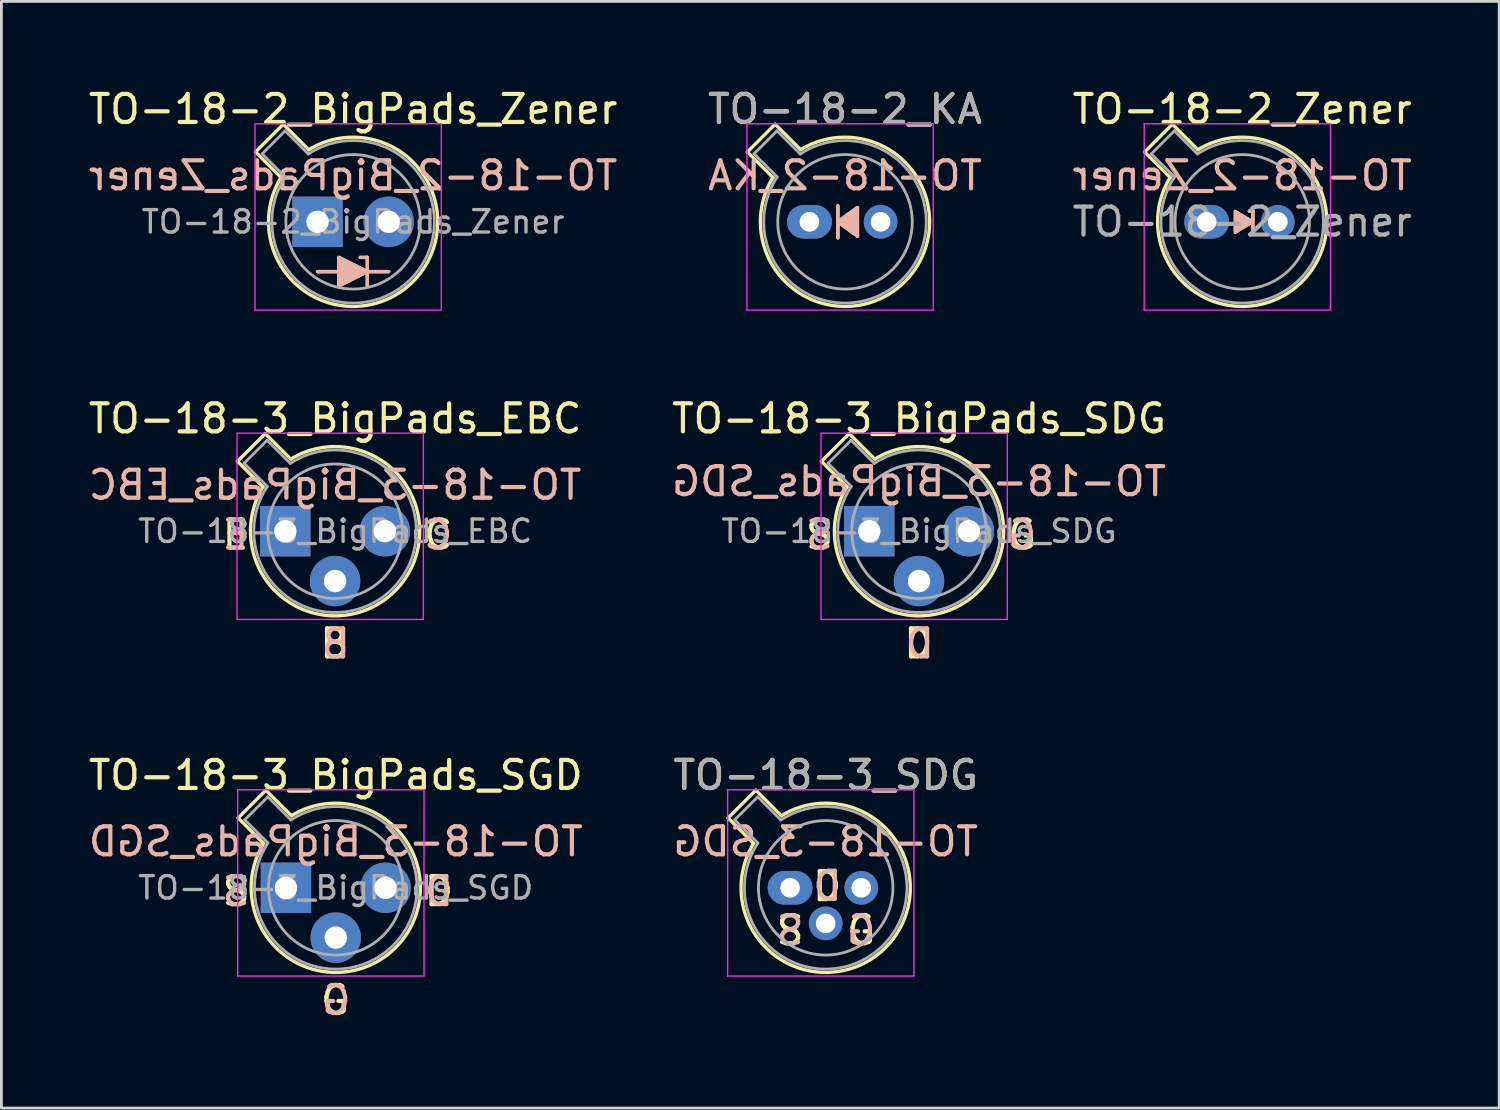
<source format=kicad_pcb>
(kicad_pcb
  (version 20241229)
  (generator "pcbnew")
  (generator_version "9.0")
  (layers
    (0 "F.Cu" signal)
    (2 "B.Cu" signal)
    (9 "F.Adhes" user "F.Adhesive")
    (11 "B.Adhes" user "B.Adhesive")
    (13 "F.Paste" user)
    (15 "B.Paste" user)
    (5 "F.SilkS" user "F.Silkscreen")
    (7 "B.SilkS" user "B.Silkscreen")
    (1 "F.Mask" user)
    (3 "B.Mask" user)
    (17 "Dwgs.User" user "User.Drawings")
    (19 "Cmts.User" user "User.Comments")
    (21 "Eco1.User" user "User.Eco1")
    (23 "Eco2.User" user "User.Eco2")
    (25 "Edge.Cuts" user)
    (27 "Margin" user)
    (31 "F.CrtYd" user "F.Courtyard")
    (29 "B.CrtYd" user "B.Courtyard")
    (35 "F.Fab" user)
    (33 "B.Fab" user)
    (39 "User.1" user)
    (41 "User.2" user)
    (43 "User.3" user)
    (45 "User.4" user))
  (footprint "TO-18-3_BigPads_SGD"
    (layer "F.Cu")
    (at 7.157 28.641)
    (property "Reference" "TO-18-3_BigPads_SGD" (at 1.778 -4.02 0) (layer "F.SilkS") (effects (font (size 1 1) (thickness 0.15))))
    (attr through_hole)
    (fp_line (start -1.706 -2.494) (end -0.794 -1.582) (stroke (width 0.12) (type solid)) (layer "F.SilkS"))
    (fp_line (start -0.716 -3.484) (end -1.706 -2.494) (stroke (width 0.12) (type solid)) (layer "F.SilkS"))
    (fp_line (start 0.196 -2.572) (end -0.716 -3.484) (stroke (width 0.12) (type solid)) (layer "F.SilkS"))
    (fp_arc (start 0.195669 -2.572281) (mid 3.913374 2.135551) (end -0.79415 -1.582544) (stroke (width 0.12) (type solid)) (layer "F.SilkS"))
    (fp_line (start -1.722 -3.5) (end -1.722 3.15) (stroke (width 0.05) (type solid)) (layer "F.CrtYd"))
    (fp_line (start -1.722 3.15) (end 4.928 3.15) (stroke (width 0.05) (type solid)) (layer "F.CrtYd"))
    (fp_line (start 4.928 -3.5) (end -1.722 -3.5) (stroke (width 0.05) (type solid)) (layer "F.CrtYd"))
    (fp_line (start 4.928 3.15) (end 4.928 -3.5) (stroke (width 0.05) (type solid)) (layer "F.CrtYd"))
    (fp_line (start -1.469 -2.426) (end -0.641 -1.599) (stroke (width 0.1) (type solid)) (layer "F.Fab"))
    (fp_line (start -0.648 -3.247) (end -1.469 -2.426) (stroke (width 0.1) (type solid)) (layer "F.Fab"))
    (fp_line (start 0.179 -2.419) (end -0.648 -3.247) (stroke (width 0.1) (type solid)) (layer "F.Fab"))
    (fp_arc (start 0.178943 -2.419301) (mid 3.829076 2.050143) (end -0.642029 -1.597956) (stroke (width 0.1) (type solid)) (layer "F.Fab"))
    (fp_circle (center 1.778 0) (end 4.178 0) (stroke (width 0.1) (type solid)) (fill no) (layer "F.Fab"))
    (fp_text user "S" (at -1.778 0.127 0) (unlocked yes) (layer "F.SilkS") (effects (font (size 1 1) (thickness 0.15))))
    (fp_text user "G" (at 1.753 4.013 0) (unlocked yes) (layer "F.SilkS") (effects (font (size 1 1) (thickness 0.15))))
    (fp_text user "D" (at 5.461 0.127 0) (unlocked yes) (layer "F.SilkS") (effects (font (size 1 1) (thickness 0.15))))
    (fp_text user "G" (at 1.803 4.013 0) (unlocked yes) (layer "B.SilkS") (effects (font (size 1 1) (thickness 0.15)) (justify mirror)))
    (fp_text user "${REFERENCE}" (at 1.778 -1.651 0) (layer "B.SilkS") (effects (font (size 1 1) (thickness 0.15)) (justify mirror)))
    (fp_text user "S" (at -1.778 0.127 0) (unlocked yes) (layer "B.SilkS") (effects (font (size 1 1) (thickness 0.15)) (justify mirror)))
    (fp_text user "D" (at 5.461 0.127 0) (unlocked yes) (layer "B.SilkS") (effects (font (size 1 1) (thickness 0.15)) (justify mirror)))
    (fp_text user "${REFERENCE}" (at 1.778 0.000001 0) (layer "F.Fab") (effects (font (size 0.8 0.8) (thickness 0.12))))
    (pad "1" thru_hole rect (at 0 0) (size 1.8 1.8) (drill 0.8) (layers "*.Cu" "*.Mask"))
    (pad "2" thru_hole oval (at 1.778 1.778) (size 1.8 1.8) (drill 0.8) (layers "*.Cu" "*.Mask"))
    (pad "3" thru_hole oval (at 3.556 0) (size 1.8 1.8) (drill 0.8) (layers "*.Cu" "*.Mask")))
  (footprint "TO-18-2_BigPads_Zener"
    (layer "F.Cu")
    (at 8.284 4.868)
    (property "Reference" "TO-18-2_BigPads_Zener" (at 1.27 -4.02 0) (layer "F.SilkS") (effects (font (size 1 1) (thickness 0.15))))
    (attr through_hole)
    (fp_line (start -2.214 -2.494) (end -1.302 -1.582) (stroke (width 0.12) (type solid)) (layer "F.SilkS"))
    (fp_line (start -1.224 -3.484) (end -2.214 -2.494) (stroke (width 0.12) (type solid)) (layer "F.SilkS"))
    (fp_line (start -0.312 -2.572) (end -1.224 -3.484) (stroke (width 0.12) (type solid)) (layer "F.SilkS"))
    (fp_line (start 0 1.778) (end 2.54 1.778) (stroke (width 0.12) (type default)) (layer "F.SilkS"))
    (fp_line (start 1.778 1.27) (end 1.524 1.27) (stroke (width 0.12) (type default)) (layer "F.SilkS"))
    (fp_line (start 1.778 1.27) (end 1.778 2.286) (stroke (width 0.12) (type default)) (layer "F.SilkS"))
    (fp_arc (start -0.312331 -2.572281) (mid 3.405374 2.135551) (end -1.30215 -1.582544) (stroke (width 0.12) (type solid)) (layer "F.SilkS"))
    (fp_poly (pts (xy 0.762 1.27) (xy 1.778 1.778) (xy 0.762 2.286)) (stroke (width 0.12) (type solid)) (fill yes) (layer "F.SilkS"))
    (fp_line (start 0 1.778) (end 2.54 1.778) (stroke (width 0.12) (type default)) (layer "B.SilkS"))
    (fp_line (start 1.778 1.27) (end 1.524 1.27) (stroke (width 0.12) (type default)) (layer "B.SilkS"))
    (fp_line (start 1.778 2.286) (end 1.778 1.27) (stroke (width 0.12) (type default)) (layer "B.SilkS"))
    (fp_poly (pts (xy 0.762 2.286) (xy 1.778 1.778) (xy 0.762 1.27)) (stroke (width 0.12) (type solid)) (fill yes) (layer "B.SilkS"))
    (fp_line (start -2.23 -3.5) (end -2.23 3.15) (stroke (width 0.05) (type solid)) (layer "F.CrtYd"))
    (fp_line (start -2.23 3.15) (end 4.42 3.15) (stroke (width 0.05) (type solid)) (layer "F.CrtYd"))
    (fp_line (start 4.42 -3.5) (end -2.23 -3.5) (stroke (width 0.05) (type solid)) (layer "F.CrtYd"))
    (fp_line (start 4.42 3.15) (end 4.42 -3.5) (stroke (width 0.05) (type solid)) (layer "F.CrtYd"))
    (fp_line (start -1.977 -2.426) (end -1.149 -1.599) (stroke (width 0.1) (type solid)) (layer "F.Fab"))
    (fp_line (start -1.156 -3.247) (end -1.977 -2.426) (stroke (width 0.1) (type solid)) (layer "F.Fab"))
    (fp_line (start -0.329 -2.419) (end -1.156 -3.247) (stroke (width 0.1) (type solid)) (layer "F.Fab"))
    (fp_arc (start -0.329057 -2.419301) (mid 3.321075 2.050145) (end -1.150029 -1.597956) (stroke (width 0.1) (type solid)) (layer "F.Fab"))
    (fp_circle (center 1.27 0) (end 3.67 0) (stroke (width 0.1) (type solid)) (fill no) (layer "F.Fab"))
    (fp_text user "${REFERENCE}" (at 1.27 -1.651 0) (layer "B.SilkS") (effects (font (size 1 1) (thickness 0.15)) (justify mirror)))
    (fp_text user "${REFERENCE}" (at 1.27 0 0) (layer "F.Fab") (effects (font (size 0.8 0.8) (thickness 0.12))))
    (pad "1" thru_hole rect (at 0 0) (size 1.8 1.8) (drill 0.8) (layers "*.Cu" "*.Mask"))
    (pad "2" thru_hole oval (at 2.54 0) (size 1.8 1.8) (drill 0.8) (layers "*.Cu" "*.Mask")))
  (footprint "TO-18-2_Zener"
    (layer "F.Cu")
    (at 40.022 4.868)
    (property "Reference" "TO-18-2_Zener" (at 1.27 -4.02 0) (layer "F.SilkS") (effects (font (size 1 1) (thickness 0.15))))
    (fp_line (start -2.214 -2.494) (end -1.302 -1.582) (stroke (width 0.12) (type solid)) (layer "F.SilkS"))
    (fp_line (start -1.224 -3.484) (end -2.214 -2.494) (stroke (width 0.12) (type solid)) (layer "F.SilkS"))
    (fp_line (start -0.312 -2.572) (end -1.224 -3.484) (stroke (width 0.12) (type solid)) (layer "F.SilkS"))
    (fp_line (start 1.651 -0.381) (end 1.524 -0.381) (stroke (width 0.12) (type solid)) (layer "F.SilkS"))
    (fp_line (start 1.651 -0.381) (end 1.651 0.381) (stroke (width 0.12) (type solid)) (layer "F.SilkS"))
    (fp_arc (start -0.312331 -2.572281) (mid 3.405374 2.135551) (end -1.30215 -1.582544) (stroke (width 0.12) (type solid)) (layer "F.SilkS"))
    (fp_poly (pts (xy 1.651 0) (xy 1.016 0.381) (xy 1.016 -0.381)) (stroke (width 0.1) (type solid)) (fill yes) (layer "F.SilkS"))
    (fp_line (start 1.651 -0.381) (end 1.524 -0.381) (stroke (width 0.12) (type solid)) (layer "B.SilkS"))
    (fp_line (start 1.651 0.381) (end 1.651 -0.381) (stroke (width 0.12) (type solid)) (layer "B.SilkS"))
    (fp_poly (pts (xy 1.651 0) (xy 1.016 -0.381) (xy 1.016 0.381)) (stroke (width 0.1) (type solid)) (fill yes) (layer "B.SilkS"))
    (fp_line (start -2.23 -3.5) (end -2.23 3.15) (stroke (width 0.05) (type solid)) (layer "F.CrtYd"))
    (fp_line (start -2.23 3.15) (end 4.42 3.15) (stroke (width 0.05) (type solid)) (layer "F.CrtYd"))
    (fp_line (start 4.42 -3.5) (end -2.23 -3.5) (stroke (width 0.05) (type solid)) (layer "F.CrtYd"))
    (fp_line (start 4.42 3.15) (end 4.42 -3.5) (stroke (width 0.05) (type solid)) (layer "F.CrtYd"))
    (fp_line (start -1.977 -2.426) (end -1.149 -1.599) (stroke (width 0.1) (type solid)) (layer "F.Fab"))
    (fp_line (start -1.156 -3.247) (end -1.977 -2.426) (stroke (width 0.1) (type solid)) (layer "F.Fab"))
    (fp_line (start -0.329 -2.419) (end -1.156 -3.247) (stroke (width 0.1) (type solid)) (layer "F.Fab"))
    (fp_arc (start -0.329057 -2.419301) (mid 3.321075 2.050145) (end -1.150029 -1.597956) (stroke (width 0.1) (type solid)) (layer "F.Fab"))
    (fp_circle (center 1.27 0) (end 3.67 0) (stroke (width 0.1) (type solid)) (fill no) (layer "F.Fab"))
    (fp_text user "${REFERENCE}" (at 1.27 -1.651 0) (layer "B.SilkS") (effects (font (size 1 1) (thickness 0.15)) (justify mirror)))
    (fp_text user "${REFERENCE}" (at 1.27 0.000001 0) (layer "F.Fab") (effects (font (size 1 1) (thickness 0.15))))
    (pad "1" thru_hole oval (at 0 0) (size 1.6 1.2) (drill 0.7) (layers "*.Cu" "*.Mask"))
    (pad "2" thru_hole oval (at 2.54 0) (size 1.2 1.2) (drill 0.7) (layers "*.Cu" "*.Mask")))
  (footprint "TO-18-3_BigPads_EBC"
    (layer "F.Cu")
    (at 7.133 15.912)
    (property "Reference" "TO-18-3_BigPads_EBC" (at 1.778 -4.02 0) (layer "F.SilkS") (effects (font (size 1 1) (thickness 0.15))))
    (attr through_hole)
    (fp_line (start -1.706 -2.494) (end -0.794 -1.582) (stroke (width 0.12) (type solid)) (layer "F.SilkS"))
    (fp_line (start -0.716 -3.484) (end -1.706 -2.494) (stroke (width 0.12) (type solid)) (layer "F.SilkS"))
    (fp_line (start 0.196 -2.572) (end -0.716 -3.484) (stroke (width 0.12) (type solid)) (layer "F.SilkS"))
    (fp_arc (start 0.195669 -2.572281) (mid 3.913374 2.135551) (end -0.79415 -1.582544) (stroke (width 0.12) (type solid)) (layer "F.SilkS"))
    (fp_line (start -1.722 -3.5) (end -1.722 3.15) (stroke (width 0.05) (type solid)) (layer "F.CrtYd"))
    (fp_line (start -1.722 3.15) (end 4.928 3.15) (stroke (width 0.05) (type solid)) (layer "F.CrtYd"))
    (fp_line (start 4.928 -3.5) (end -1.722 -3.5) (stroke (width 0.05) (type solid)) (layer "F.CrtYd"))
    (fp_line (start 4.928 3.15) (end 4.928 -3.5) (stroke (width 0.05) (type solid)) (layer "F.CrtYd"))
    (fp_line (start -1.469 -2.426) (end -0.641 -1.599) (stroke (width 0.1) (type solid)) (layer "F.Fab"))
    (fp_line (start -0.648 -3.247) (end -1.469 -2.426) (stroke (width 0.1) (type solid)) (layer "F.Fab"))
    (fp_line (start 0.179 -2.419) (end -0.648 -3.247) (stroke (width 0.1) (type solid)) (layer "F.Fab"))
    (fp_arc (start 0.178943 -2.419301) (mid 3.829076 2.050143) (end -0.642029 -1.597956) (stroke (width 0.1) (type solid)) (layer "F.Fab"))
    (fp_circle (center 1.778 0) (end 4.178 0) (stroke (width 0.1) (type solid)) (fill no) (layer "F.Fab"))
    (fp_text user "E" (at -1.778 0.127 0) (unlocked yes) (layer "F.SilkS") (effects (font (size 1 1) (thickness 0.15))))
    (fp_text user "B" (at 1.753 4.013 0) (unlocked yes) (layer "F.SilkS") (effects (font (size 1 1) (thickness 0.15))))
    (fp_text user "C" (at 5.461 0.127 0) (unlocked yes) (layer "F.SilkS") (effects (font (size 1 1) (thickness 0.15))))
    (fp_text user "B" (at 1.803 4.013 0) (unlocked yes) (layer "B.SilkS") (effects (font (size 1 1) (thickness 0.15)) (justify mirror)))
    (fp_text user "${REFERENCE}" (at 1.778 -1.651 0) (layer "B.SilkS") (effects (font (size 1 1) (thickness 0.15)) (justify mirror)))
    (fp_text user "E" (at -1.778 0.127 0) (unlocked yes) (layer "B.SilkS") (effects (font (size 1 1) (thickness 0.15)) (justify mirror)))
    (fp_text user "C" (at 5.461 0.127 0) (unlocked yes) (layer "B.SilkS") (effects (font (size 1 1) (thickness 0.15)) (justify mirror)))
    (fp_text user "${REFERENCE}" (at 1.778 0.000001 0) (layer "F.Fab") (effects (font (size 0.8 0.8) (thickness 0.12))))
    (pad "1" thru_hole rect (at 0 0) (size 1.8 1.8) (drill 0.8) (layers "*.Cu" "*.Mask"))
    (pad "2" thru_hole oval (at 1.778 1.778) (size 1.8 1.8) (drill 0.8) (layers "*.Cu" "*.Mask"))
    (pad "3" thru_hole oval (at 3.556 0) (size 1.8 1.8) (drill 0.8) (layers "*.Cu" "*.Mask")))
  (footprint "TO-18-2_KA"
    (layer "F.Cu")
    (at 25.843 4.868)
    (property "Reference" "TO-18-2_KA" (at 1.27 -4.02 0) (layer "F.SilkS") (effects (font (size 1 1) (thickness 0.15))))
    (fp_line (start -2.214 -2.494) (end -1.302 -1.582) (stroke (width 0.12) (type solid)) (layer "F.SilkS"))
    (fp_line (start -1.224 -3.484) (end -2.214 -2.494) (stroke (width 0.12) (type solid)) (layer "F.SilkS"))
    (fp_line (start -0.312 -2.572) (end -1.224 -3.484) (stroke (width 0.12) (type solid)) (layer "F.SilkS"))
    (fp_line (start 1.016 0) (end 1.714 -0.508) (stroke (width 0.12) (type solid)) (layer "F.SilkS"))
    (fp_line (start 1.016 0.572) (end 1.016 -0.572) (stroke (width 0.12) (type solid)) (layer "F.SilkS"))
    (fp_line (start 1.714 -0.508) (end 1.714 0.508) (stroke (width 0.12) (type solid)) (layer "F.SilkS"))
    (fp_line (start 1.714 0.508) (end 1.016 0) (stroke (width 0.12) (type solid)) (layer "F.SilkS"))
    (fp_arc (start -0.312331 -2.572281) (mid 3.405374 2.135551) (end -1.30215 -1.582544) (stroke (width 0.12) (type solid)) (layer "F.SilkS"))
    (fp_poly (pts (xy 1.016 0) (xy 1.714 -0.508) (xy 1.714 0.508)) (stroke (width 0.1) (type solid)) (fill yes) (layer "F.SilkS"))
    (fp_line (start 1.016 -0.572) (end 1.016 0.572) (stroke (width 0.12) (type solid)) (layer "B.SilkS"))
    (fp_line (start 1.016 0) (end 1.714 0.508) (stroke (width 0.12) (type solid)) (layer "B.SilkS"))
    (fp_line (start 1.714 -0.508) (end 1.016 0) (stroke (width 0.12) (type solid)) (layer "B.SilkS"))
    (fp_line (start 1.714 0.508) (end 1.714 -0.508) (stroke (width 0.12) (type solid)) (layer "B.SilkS"))
    (fp_poly (pts (xy 1.016 0) (xy 1.714 0.508) (xy 1.714 -0.508)) (stroke (width 0.1) (type solid)) (fill yes) (layer "B.SilkS"))
    (fp_line (start -2.23 -3.5) (end -2.23 3.15) (stroke (width 0.05) (type solid)) (layer "F.CrtYd"))
    (fp_line (start -2.23 3.15) (end 4.42 3.15) (stroke (width 0.05) (type solid)) (layer "F.CrtYd"))
    (fp_line (start 4.42 -3.5) (end -2.23 -3.5) (stroke (width 0.05) (type solid)) (layer "F.CrtYd"))
    (fp_line (start 4.42 3.15) (end 4.42 -3.5) (stroke (width 0.05) (type solid)) (layer "F.CrtYd"))
    (fp_line (start -1.977 -2.426) (end -1.149 -1.599) (stroke (width 0.1) (type solid)) (layer "F.Fab"))
    (fp_line (start -1.156 -3.247) (end -1.977 -2.426) (stroke (width 0.1) (type solid)) (layer "F.Fab"))
    (fp_line (start -0.329 -2.419) (end -1.156 -3.247) (stroke (width 0.1) (type solid)) (layer "F.Fab"))
    (fp_arc (start -0.329057 -2.419301) (mid 3.321076 2.050143) (end -1.150029 -1.597956) (stroke (width 0.1) (type solid)) (layer "F.Fab"))
    (fp_circle (center 1.27 0) (end 3.67 0) (stroke (width 0.1) (type solid)) (fill no) (layer "F.Fab"))
    (fp_text user "${REFERENCE}" (at 1.27 -1.651 0) (layer "B.SilkS") (effects (font (size 1 1) (thickness 0.15)) (justify mirror)))
    (fp_text user "${REFERENCE}" (at 1.27 -4.02 0) (layer "F.Fab") (effects (font (size 1 1) (thickness 0.15))))
    (pad "1" thru_hole oval (at 0 0) (size 1.6 1.2) (drill 0.7) (layers "*.Cu" "*.Mask"))
    (pad "2" thru_hole oval (at 2.54 0) (size 1.2 1.2) (drill 0.7) (layers "*.Cu" "*.Mask")))
  (footprint "TO-18-3_BigPads_SDG"
    (layer "F.Cu")
    (at 27.978 15.912)
    (property "Reference" "TO-18-3_BigPads_SDG" (at 1.778 -4.02 0) (layer "F.SilkS") (effects (font (size 1 1) (thickness 0.15))))
    (attr through_hole)
    (fp_line (start -1.706 -2.494) (end -0.794 -1.582) (stroke (width 0.12) (type solid)) (layer "F.SilkS"))
    (fp_line (start -0.716 -3.484) (end -1.706 -2.494) (stroke (width 0.12) (type solid)) (layer "F.SilkS"))
    (fp_line (start 0.196 -2.572) (end -0.716 -3.484) (stroke (width 0.12) (type solid)) (layer "F.SilkS"))
    (fp_arc (start 0.195669 -2.572281) (mid 3.913374 2.135551) (end -0.79415 -1.582544) (stroke (width 0.12) (type solid)) (layer "F.SilkS"))
    (fp_line (start -1.722 -3.5) (end -1.722 3.15) (stroke (width 0.05) (type solid)) (layer "F.CrtYd"))
    (fp_line (start -1.722 3.15) (end 4.928 3.15) (stroke (width 0.05) (type solid)) (layer "F.CrtYd"))
    (fp_line (start 4.928 -3.5) (end -1.722 -3.5) (stroke (width 0.05) (type solid)) (layer "F.CrtYd"))
    (fp_line (start 4.928 3.15) (end 4.928 -3.5) (stroke (width 0.05) (type solid)) (layer "F.CrtYd"))
    (fp_line (start -1.469 -2.426) (end -0.641 -1.599) (stroke (width 0.1) (type solid)) (layer "F.Fab"))
    (fp_line (start -0.648 -3.247) (end -1.469 -2.426) (stroke (width 0.1) (type solid)) (layer "F.Fab"))
    (fp_line (start 0.179 -2.419) (end -0.648 -3.247) (stroke (width 0.1) (type solid)) (layer "F.Fab"))
    (fp_arc (start 0.178943 -2.419301) (mid 3.829076 2.050143) (end -0.642029 -1.597956) (stroke (width 0.1) (type solid)) (layer "F.Fab"))
    (fp_circle (center 1.778 0) (end 4.178 0) (stroke (width 0.1) (type solid)) (fill no) (layer "F.Fab"))
    (fp_text user "D" (at 1.753 4.013 0) (unlocked yes) (layer "F.SilkS") (effects (font (size 1 1) (thickness 0.15))))
    (fp_text user "G" (at 5.461 0.127 0) (unlocked yes) (layer "F.SilkS") (effects (font (size 1 1) (thickness 0.15))))
    (fp_text user "S" (at -1.778 0.127 0) (unlocked yes) (layer "F.SilkS") (effects (font (size 1 1) (thickness 0.15))))
    (fp_text user "${REFERENCE}" (at 1.778 -1.778 0) (layer "B.SilkS") (effects (font (size 1 1) (thickness 0.15)) (justify mirror)))
    (fp_text user "G" (at 5.461 0.127 0) (unlocked yes) (layer "B.SilkS") (effects (font (size 1 1) (thickness 0.15)) (justify mirror)))
    (fp_text user "D" (at 1.803 4.013 0) (unlocked yes) (layer "B.SilkS") (effects (font (size 1 1) (thickness 0.15)) (justify mirror)))
    (fp_text user "S" (at -1.778 0.127 0) (unlocked yes) (layer "B.SilkS") (effects (font (size 1 1) (thickness 0.15)) (justify mirror)))
    (fp_text user "${REFERENCE}" (at 1.778 0.000001 0) (layer "F.Fab") (effects (font (size 0.8 0.8) (thickness 0.12))))
    (pad "1" thru_hole rect (at 0 0) (size 1.8 1.8) (drill 0.8) (layers "*.Cu" "*.Mask"))
    (pad "2" thru_hole oval (at 1.778 1.778) (size 1.8 1.8) (drill 0.8) (layers "*.Cu" "*.Mask"))
    (pad "3" thru_hole oval (at 3.556 0) (size 1.8 1.8) (drill 0.8) (layers "*.Cu" "*.Mask")))
  (footprint "TO-18-3_SDG"
    (layer "F.Cu")
    (at 25.153 28.641)
    (property "Reference" "TO-18-3_SDG" (at 1.27 -4.02 0) (layer "F.SilkS") (effects (font (size 1 1) (thickness 0.15))))
    (fp_line (start -2.214 -2.494) (end -1.302 -1.582) (stroke (width 0.12) (type solid)) (layer "F.SilkS"))
    (fp_line (start -1.224 -3.484) (end -2.214 -2.494) (stroke (width 0.12) (type solid)) (layer "F.SilkS"))
    (fp_line (start -0.312 -2.572) (end -1.224 -3.484) (stroke (width 0.12) (type solid)) (layer "F.SilkS"))
    (fp_arc (start -0.312331 -2.572281) (mid 3.405374 2.135551) (end -1.30215 -1.582544) (stroke (width 0.12) (type solid)) (layer "F.SilkS"))
    (fp_line (start -2.23 -3.5) (end -2.23 3.15) (stroke (width 0.05) (type solid)) (layer "F.CrtYd"))
    (fp_line (start -2.23 3.15) (end 4.42 3.15) (stroke (width 0.05) (type solid)) (layer "F.CrtYd"))
    (fp_line (start 4.42 -3.5) (end -2.23 -3.5) (stroke (width 0.05) (type solid)) (layer "F.CrtYd"))
    (fp_line (start 4.42 3.15) (end 4.42 -3.5) (stroke (width 0.05) (type solid)) (layer "F.CrtYd"))
    (fp_line (start -1.977 -2.426) (end -1.149 -1.599) (stroke (width 0.1) (type solid)) (layer "F.Fab"))
    (fp_line (start -1.156 -3.247) (end -1.977 -2.426) (stroke (width 0.1) (type solid)) (layer "F.Fab"))
    (fp_line (start -0.329 -2.419) (end -1.156 -3.247) (stroke (width 0.1) (type solid)) (layer "F.Fab"))
    (fp_arc (start -0.329057 -2.419301) (mid 3.321076 2.050143) (end -1.150029 -1.597956) (stroke (width 0.1) (type solid)) (layer "F.Fab"))
    (fp_circle (center 1.27 0) (end 3.67 0) (stroke (width 0.1) (type solid)) (fill no) (layer "F.Fab"))
    (fp_text user "G" (at 2.54 1.524 0) (unlocked yes) (layer "F.SilkS") (effects (font (size 1 1) (thickness 0.15))))
    (fp_text user "S" (at 0 1.524 0) (unlocked yes) (layer "F.SilkS") (effects (font (size 1 1) (thickness 0.15))))
    (fp_text user "D" (at 1.321 -0.051 0) (unlocked yes) (layer "F.SilkS") (effects (font (size 1 1) (thickness 0.15))))
    (fp_text user "D" (at 1.333 -0.064 0) (unlocked yes) (layer "B.SilkS") (effects (font (size 1 1) (thickness 0.15)) (justify mirror)))
    (fp_text user "G" (at 2.54 1.524 0) (unlocked yes) (layer "B.SilkS") (effects (font (size 1 1) (thickness 0.15)) (justify mirror)))
    (fp_text user "${REFERENCE}" (at 1.27 -1.651 0) (layer "B.SilkS") (effects (font (size 1 1) (thickness 0.15)) (justify mirror)))
    (fp_text user "S" (at 0 1.524 0) (unlocked yes) (layer "B.SilkS") (effects (font (size 1 1) (thickness 0.15)) (justify mirror)))
    (fp_text user "${REFERENCE}" (at 1.27 -4.02 0) (layer "F.Fab") (effects (font (size 1 1) (thickness 0.15))))
    (pad "1" thru_hole oval (at 0 0) (size 1.6 1.2) (drill 0.7) (layers "*.Cu" "*.Mask"))
    (pad "2" thru_hole oval (at 1.27 1.27) (size 1.2 1.2) (drill 0.7) (layers "*.Cu" "*.Mask"))
    (pad "3" thru_hole oval (at 2.54 0) (size 1.2 1.2) (drill 0.7) (layers "*.Cu" "*.Mask")))
  (gr_rect
    (start -3 -3)
    (end 50.464 36.503)
    (stroke (width 0.1) (type default))
    (fill no)
    (layer "Edge.Cuts")))
</source>
